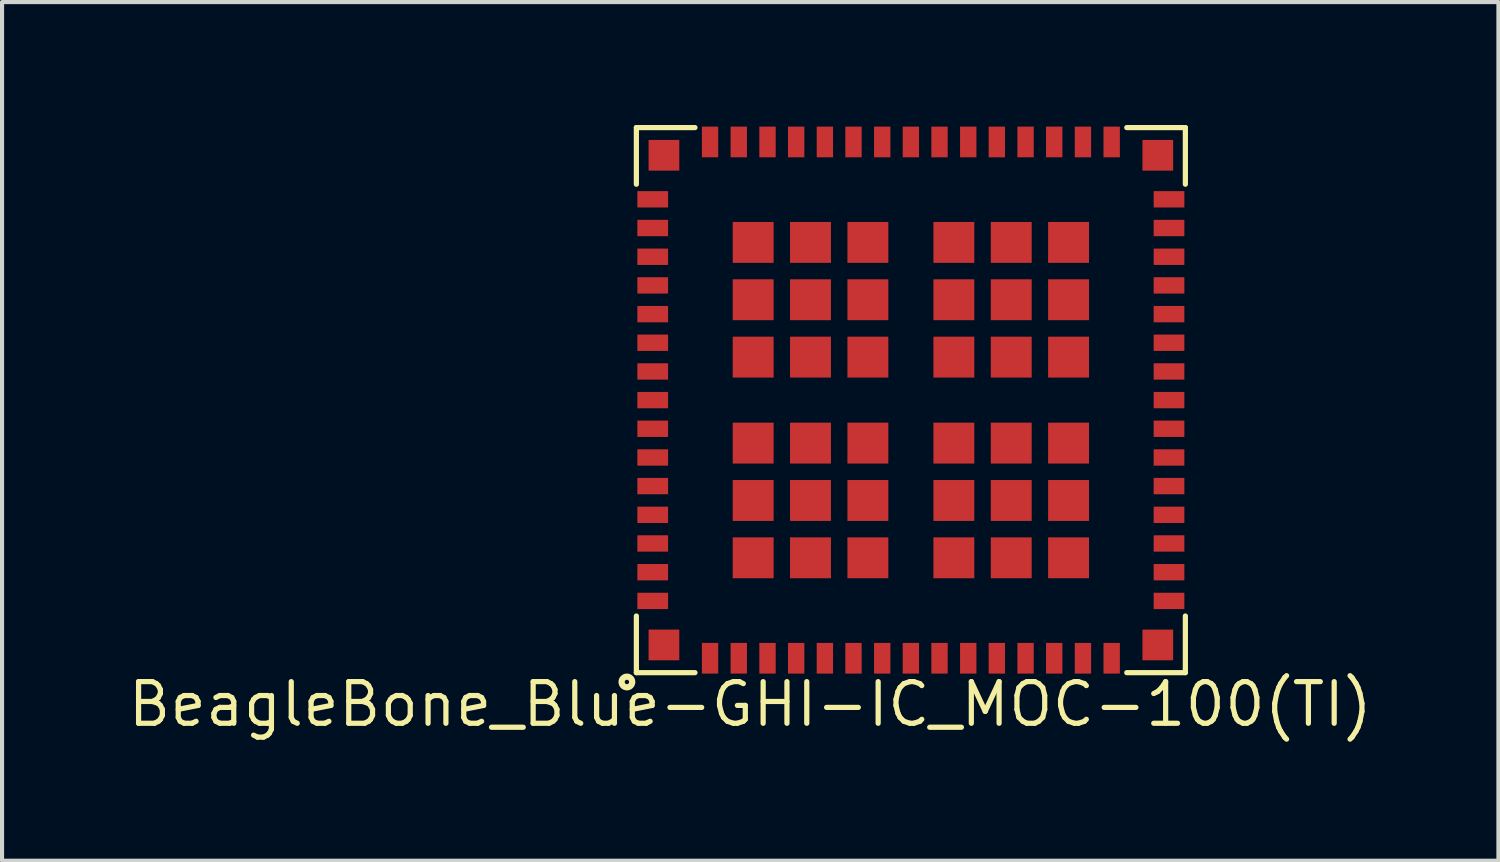
<source format=kicad_pcb>
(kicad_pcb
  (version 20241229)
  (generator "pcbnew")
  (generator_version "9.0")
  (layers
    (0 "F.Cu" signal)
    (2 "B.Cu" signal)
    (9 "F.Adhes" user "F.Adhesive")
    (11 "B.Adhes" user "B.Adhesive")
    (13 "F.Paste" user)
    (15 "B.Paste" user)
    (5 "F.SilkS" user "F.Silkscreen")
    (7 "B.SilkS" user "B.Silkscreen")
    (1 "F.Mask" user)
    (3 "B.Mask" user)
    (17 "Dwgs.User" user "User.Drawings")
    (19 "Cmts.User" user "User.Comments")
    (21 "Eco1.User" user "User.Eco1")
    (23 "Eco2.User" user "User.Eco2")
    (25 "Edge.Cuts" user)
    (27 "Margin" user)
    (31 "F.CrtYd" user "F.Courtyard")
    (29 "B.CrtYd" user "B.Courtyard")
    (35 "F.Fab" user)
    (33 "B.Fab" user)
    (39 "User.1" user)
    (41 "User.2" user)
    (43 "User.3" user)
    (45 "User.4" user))
  (footprint "BeagleBone_Blue-GHI-IC_MOC-100(TI)"
    (layer "F.Cu")
    (at 19.176 6.713)
    (property "Reference" "BeagleBone_Blue-GHI-IC_MOC-100(TI)" (at -3.919 7.422 0) (layer "F.SilkS") (effects (font (size 1.016 1.016) (thickness 0.127))))
    (attr smd)
    (fp_line (start -6.698 -6.65) (end -6.698 -5.268) (stroke (width 0.127) (type solid)) (layer "F.SilkS"))
    (fp_line (start -6.698 -6.65) (end -5.268 -6.65) (stroke (width 0.127) (type solid)) (layer "F.SilkS"))
    (fp_line (start -6.698 5.268) (end -6.698 6.65) (stroke (width 0.127) (type solid)) (layer "F.SilkS"))
    (fp_line (start -6.698 6.65) (end -5.268 6.65) (stroke (width 0.127) (type solid)) (layer "F.SilkS"))
    (fp_line (start 5.268 6.65) (end 6.698 6.65) (stroke (width 0.127) (type solid)) (layer "F.SilkS"))
    (fp_line (start 6.698 -6.65) (end 5.268 -6.65) (stroke (width 0.127) (type solid)) (layer "F.SilkS"))
    (fp_line (start 6.698 -6.65) (end 6.698 -5.268) (stroke (width 0.127) (type solid)) (layer "F.SilkS"))
    (fp_line (start 6.698 6.65) (end 6.698 5.268) (stroke (width 0.127) (type solid)) (layer "F.SilkS"))
    (fp_circle (center -6.929 6.878) (end -6.967 6.916) (stroke (width 0.152) (type solid)) (fill no) (layer "F.SilkS"))
    (pad "1" smd rect (at -6.025 5.974) (size 0.749 0.749) (layers "F.Cu" "F.Mask" "F.Paste"))
    (pad "2" smd rect (at -4.9 6.299) (size 0.399 0.749) (layers "F.Cu" "F.Mask" "F.Paste"))
    (pad "3" smd rect (at -4.199 6.299) (size 0.399 0.749) (layers "F.Cu" "F.Mask" "F.Paste"))
    (pad "4" smd rect (at -3.498 6.299) (size 0.399 0.749) (layers "F.Cu" "F.Mask" "F.Paste"))
    (pad "5" smd rect (at -2.799 6.299) (size 0.399 0.749) (layers "F.Cu" "F.Mask" "F.Paste"))
    (pad "6" smd rect (at -2.098 6.299) (size 0.399 0.749) (layers "F.Cu" "F.Mask" "F.Paste"))
    (pad "7" smd rect (at -1.4 6.299) (size 0.399 0.749) (layers "F.Cu" "F.Mask" "F.Paste"))
    (pad "8" smd rect (at -0.699 6.299) (size 0.399 0.749) (layers "F.Cu" "F.Mask" "F.Paste"))
    (pad "9" smd rect (at 0 6.299) (size 0.399 0.749) (layers "F.Cu" "F.Mask" "F.Paste"))
    (pad "10" smd rect (at 0.699 6.299) (size 0.399 0.749) (layers "F.Cu" "F.Mask" "F.Paste"))
    (pad "11" smd rect (at 1.4 6.299) (size 0.399 0.749) (layers "F.Cu" "F.Mask" "F.Paste"))
    (pad "12" smd rect (at 2.098 6.299) (size 0.399 0.749) (layers "F.Cu" "F.Mask" "F.Paste"))
    (pad "13" smd rect (at 2.799 6.299) (size 0.399 0.749) (layers "F.Cu" "F.Mask" "F.Paste"))
    (pad "14" smd rect (at 3.498 6.299) (size 0.399 0.749) (layers "F.Cu" "F.Mask" "F.Paste"))
    (pad "15" smd rect (at 4.199 6.299) (size 0.399 0.749) (layers "F.Cu" "F.Mask" "F.Paste"))
    (pad "16" smd rect (at 4.9 6.299) (size 0.399 0.749) (layers "F.Cu" "F.Mask" "F.Paste"))
    (pad "17" smd rect (at 6.025 5.974) (size 0.749 0.749) (layers "F.Cu" "F.Mask" "F.Paste"))
    (pad "18" smd rect (at 6.299 4.9 90) (size 0.399 0.749) (layers "F.Cu" "F.Mask" "F.Paste"))
    (pad "19" smd rect (at 6.299 4.199 90) (size 0.399 0.749) (layers "F.Cu" "F.Mask" "F.Paste"))
    (pad "20" smd rect (at 6.299 3.498 90) (size 0.399 0.749) (layers "F.Cu" "F.Mask" "F.Paste"))
    (pad "21" smd rect (at 6.299 2.799 90) (size 0.399 0.749) (layers "F.Cu" "F.Mask" "F.Paste"))
    (pad "22" smd rect (at 6.299 2.098 90) (size 0.399 0.749) (layers "F.Cu" "F.Mask" "F.Paste"))
    (pad "23" smd rect (at 6.299 1.4 90) (size 0.399 0.749) (layers "F.Cu" "F.Mask" "F.Paste"))
    (pad "24" smd rect (at 6.299 0.699 90) (size 0.399 0.749) (layers "F.Cu" "F.Mask" "F.Paste"))
    (pad "25" smd rect (at 6.299 0 90) (size 0.399 0.749) (layers "F.Cu" "F.Mask" "F.Paste"))
    (pad "26" smd rect (at 6.299 -0.699 90) (size 0.399 0.749) (layers "F.Cu" "F.Mask" "F.Paste"))
    (pad "27" smd rect (at 6.299 -1.4 90) (size 0.399 0.749) (layers "F.Cu" "F.Mask" "F.Paste"))
    (pad "28" smd rect (at 6.299 -2.098 90) (size 0.399 0.749) (layers "F.Cu" "F.Mask" "F.Paste"))
    (pad "29" smd rect (at 6.299 -2.799 90) (size 0.399 0.749) (layers "F.Cu" "F.Mask" "F.Paste"))
    (pad "30" smd rect (at 6.299 -3.498 90) (size 0.399 0.749) (layers "F.Cu" "F.Mask" "F.Paste"))
    (pad "31" smd rect (at 6.299 -4.199 90) (size 0.399 0.749) (layers "F.Cu" "F.Mask" "F.Paste"))
    (pad "32" smd rect (at 6.299 -4.9 90) (size 0.399 0.749) (layers "F.Cu" "F.Mask" "F.Paste"))
    (pad "33" smd rect (at 6.025 -5.974) (size 0.749 0.749) (layers "F.Cu" "F.Mask" "F.Paste"))
    (pad "34" smd rect (at 4.9 -6.299 180) (size 0.399 0.749) (layers "F.Cu" "F.Mask" "F.Paste"))
    (pad "35" smd rect (at 4.199 -6.299 180) (size 0.399 0.749) (layers "F.Cu" "F.Mask" "F.Paste"))
    (pad "36" smd rect (at 3.498 -6.299 180) (size 0.399 0.749) (layers "F.Cu" "F.Mask" "F.Paste"))
    (pad "37" smd rect (at 2.799 -6.299 180) (size 0.399 0.749) (layers "F.Cu" "F.Mask" "F.Paste"))
    (pad "38" smd rect (at 2.098 -6.299 180) (size 0.399 0.749) (layers "F.Cu" "F.Mask" "F.Paste"))
    (pad "39" smd rect (at 1.4 -6.299 180) (size 0.399 0.749) (layers "F.Cu" "F.Mask" "F.Paste"))
    (pad "40" smd rect (at 0.699 -6.299 180) (size 0.399 0.749) (layers "F.Cu" "F.Mask" "F.Paste"))
    (pad "41" smd rect (at 0 -6.299 180) (size 0.399 0.749) (layers "F.Cu" "F.Mask" "F.Paste"))
    (pad "42" smd rect (at -0.699 -6.299 180) (size 0.399 0.749) (layers "F.Cu" "F.Mask" "F.Paste"))
    (pad "43" smd rect (at -1.4 -6.299 180) (size 0.399 0.749) (layers "F.Cu" "F.Mask" "F.Paste"))
    (pad "44" smd rect (at -2.098 -6.299 180) (size 0.399 0.749) (layers "F.Cu" "F.Mask" "F.Paste"))
    (pad "45" smd rect (at -2.799 -6.299 180) (size 0.399 0.749) (layers "F.Cu" "F.Mask" "F.Paste"))
    (pad "46" smd rect (at -3.498 -6.299 180) (size 0.399 0.749) (layers "F.Cu" "F.Mask" "F.Paste"))
    (pad "47" smd rect (at -4.199 -6.299 180) (size 0.399 0.749) (layers "F.Cu" "F.Mask" "F.Paste"))
    (pad "48" smd rect (at -4.9 -6.299 180) (size 0.399 0.749) (layers "F.Cu" "F.Mask" "F.Paste"))
    (pad "49" smd rect (at -6.025 -5.974) (size 0.749 0.749) (layers "F.Cu" "F.Mask" "F.Paste"))
    (pad "50" smd rect (at -6.299 -4.9 270) (size 0.399 0.749) (layers "F.Cu" "F.Mask" "F.Paste"))
    (pad "51" smd rect (at -6.299 -4.199 270) (size 0.399 0.749) (layers "F.Cu" "F.Mask" "F.Paste"))
    (pad "52" smd rect (at -6.299 -3.498 270) (size 0.399 0.749) (layers "F.Cu" "F.Mask" "F.Paste"))
    (pad "53" smd rect (at -6.299 -2.799 270) (size 0.399 0.749) (layers "F.Cu" "F.Mask" "F.Paste"))
    (pad "54" smd rect (at -6.299 -2.098 270) (size 0.399 0.749) (layers "F.Cu" "F.Mask" "F.Paste"))
    (pad "55" smd rect (at -6.299 -1.4 270) (size 0.399 0.749) (layers "F.Cu" "F.Mask" "F.Paste"))
    (pad "56" smd rect (at -6.299 -0.699 270) (size 0.399 0.749) (layers "F.Cu" "F.Mask" "F.Paste"))
    (pad "57" smd rect (at -6.299 0 270) (size 0.399 0.749) (layers "F.Cu" "F.Mask" "F.Paste"))
    (pad "58" smd rect (at -6.299 0.699 270) (size 0.399 0.749) (layers "F.Cu" "F.Mask" "F.Paste"))
    (pad "59" smd rect (at -6.299 1.4 270) (size 0.399 0.749) (layers "F.Cu" "F.Mask" "F.Paste"))
    (pad "60" smd rect (at -6.299 2.098 270) (size 0.399 0.749) (layers "F.Cu" "F.Mask" "F.Paste"))
    (pad "61" smd rect (at -6.299 2.799 270) (size 0.399 0.749) (layers "F.Cu" "F.Mask" "F.Paste"))
    (pad "62" smd rect (at -6.299 3.498 270) (size 0.399 0.749) (layers "F.Cu" "F.Mask" "F.Paste"))
    (pad "63" smd rect (at -6.299 4.199 270) (size 0.399 0.749) (layers "F.Cu" "F.Mask" "F.Paste"))
    (pad "64" smd rect (at -6.299 4.9 270) (size 0.399 0.749) (layers "F.Cu" "F.Mask" "F.Paste"))
    (pad "PAD" smd rect (at -3.848 -3.848 90) (size 0.998 0.998) (layers "F.Cu" "F.Mask" "F.Paste"))
    (pad "PAD" smd rect (at -3.848 -2.449 90) (size 0.998 0.998) (layers "F.Cu" "F.Mask" "F.Paste"))
    (pad "PAD" smd rect (at -3.848 -1.049 90) (size 0.998 0.998) (layers "F.Cu" "F.Mask" "F.Paste"))
    (pad "PAD" smd rect (at -3.848 1.049 180) (size 0.998 0.998) (layers "F.Cu" "F.Mask" "F.Paste"))
    (pad "PAD" smd rect (at -3.848 2.449 180) (size 0.998 0.998) (layers "F.Cu" "F.Mask" "F.Paste"))
    (pad "PAD" smd rect (at -3.848 3.848 180) (size 0.998 0.998) (layers "F.Cu" "F.Mask" "F.Paste"))
    (pad "PAD" smd rect (at -2.449 -3.848 90) (size 0.998 0.998) (layers "F.Cu" "F.Mask" "F.Paste"))
    (pad "PAD" smd rect (at -2.449 -2.449 90) (size 0.998 0.998) (layers "F.Cu" "F.Mask" "F.Paste"))
    (pad "PAD" smd rect (at -2.449 -1.049 90) (size 0.998 0.998) (layers "F.Cu" "F.Mask" "F.Paste"))
    (pad "PAD" smd rect (at -2.449 1.049 180) (size 0.998 0.998) (layers "F.Cu" "F.Mask" "F.Paste"))
    (pad "PAD" smd rect (at -2.449 2.449 180) (size 0.998 0.998) (layers "F.Cu" "F.Mask" "F.Paste"))
    (pad "PAD" smd rect (at -2.449 3.848 180) (size 0.998 0.998) (layers "F.Cu" "F.Mask" "F.Paste"))
    (pad "PAD" smd rect (at -1.049 -3.848 90) (size 0.998 0.998) (layers "F.Cu" "F.Mask" "F.Paste"))
    (pad "PAD" smd rect (at -1.049 -2.449 90) (size 0.998 0.998) (layers "F.Cu" "F.Mask" "F.Paste"))
    (pad "PAD" smd rect (at -1.049 -1.049 90) (size 0.998 0.998) (layers "F.Cu" "F.Mask" "F.Paste"))
    (pad "PAD" smd rect (at -1.049 1.049 180) (size 0.998 0.998) (layers "F.Cu" "F.Mask" "F.Paste"))
    (pad "PAD" smd rect (at -1.049 2.449 180) (size 0.998 0.998) (layers "F.Cu" "F.Mask" "F.Paste"))
    (pad "PAD" smd rect (at -1.049 3.848 180) (size 0.998 0.998) (layers "F.Cu" "F.Mask" "F.Paste"))
    (pad "PAD" smd rect (at 1.049 -3.848) (size 0.998 0.998) (layers "F.Cu" "F.Mask" "F.Paste"))
    (pad "PAD" smd rect (at 1.049 -2.449) (size 0.998 0.998) (layers "F.Cu" "F.Mask" "F.Paste"))
    (pad "PAD" smd rect (at 1.049 -1.049) (size 0.998 0.998) (layers "F.Cu" "F.Mask" "F.Paste"))
    (pad "PAD" smd rect (at 1.049 1.049 270) (size 0.998 0.998) (layers "F.Cu" "F.Mask" "F.Paste"))
    (pad "PAD" smd rect (at 1.049 2.449 270) (size 0.998 0.998) (layers "F.Cu" "F.Mask" "F.Paste"))
    (pad "PAD" smd rect (at 1.049 3.848 270) (size 0.998 0.998) (layers "F.Cu" "F.Mask" "F.Paste"))
    (pad "PAD" smd rect (at 2.449 -3.848) (size 0.998 0.998) (layers "F.Cu" "F.Mask" "F.Paste"))
    (pad "PAD" smd rect (at 2.449 -2.449) (size 0.998 0.998) (layers "F.Cu" "F.Mask" "F.Paste"))
    (pad "PAD" smd rect (at 2.449 -1.049) (size 0.998 0.998) (layers "F.Cu" "F.Mask" "F.Paste"))
    (pad "PAD" smd rect (at 2.449 1.049 270) (size 0.998 0.998) (layers "F.Cu" "F.Mask" "F.Paste"))
    (pad "PAD" smd rect (at 2.449 2.449 270) (size 0.998 0.998) (layers "F.Cu" "F.Mask" "F.Paste"))
    (pad "PAD" smd rect (at 2.449 3.848 270) (size 0.998 0.998) (layers "F.Cu" "F.Mask" "F.Paste"))
    (pad "PAD" smd rect (at 3.848 -3.848) (size 0.998 0.998) (layers "F.Cu" "F.Mask" "F.Paste"))
    (pad "PAD" smd rect (at 3.848 -2.449) (size 0.998 0.998) (layers "F.Cu" "F.Mask" "F.Paste"))
    (pad "PAD" smd rect (at 3.848 -1.049) (size 0.998 0.998) (layers "F.Cu" "F.Mask" "F.Paste"))
    (pad "PAD" smd rect (at 3.848 1.049 270) (size 0.998 0.998) (layers "F.Cu" "F.Mask" "F.Paste"))
    (pad "PAD" smd rect (at 3.848 2.449 270) (size 0.998 0.998) (layers "F.Cu" "F.Mask" "F.Paste"))
    (pad "PAD" smd rect (at 3.848 3.848 270) (size 0.998 0.998) (layers "F.Cu" "F.Mask" "F.Paste")))
  (gr_rect
    (start -3 -3)
    (end 33.513 17.952)
    (stroke (width 0.1) (type default))
    (fill no)
    (layer "Edge.Cuts")))
</source>
